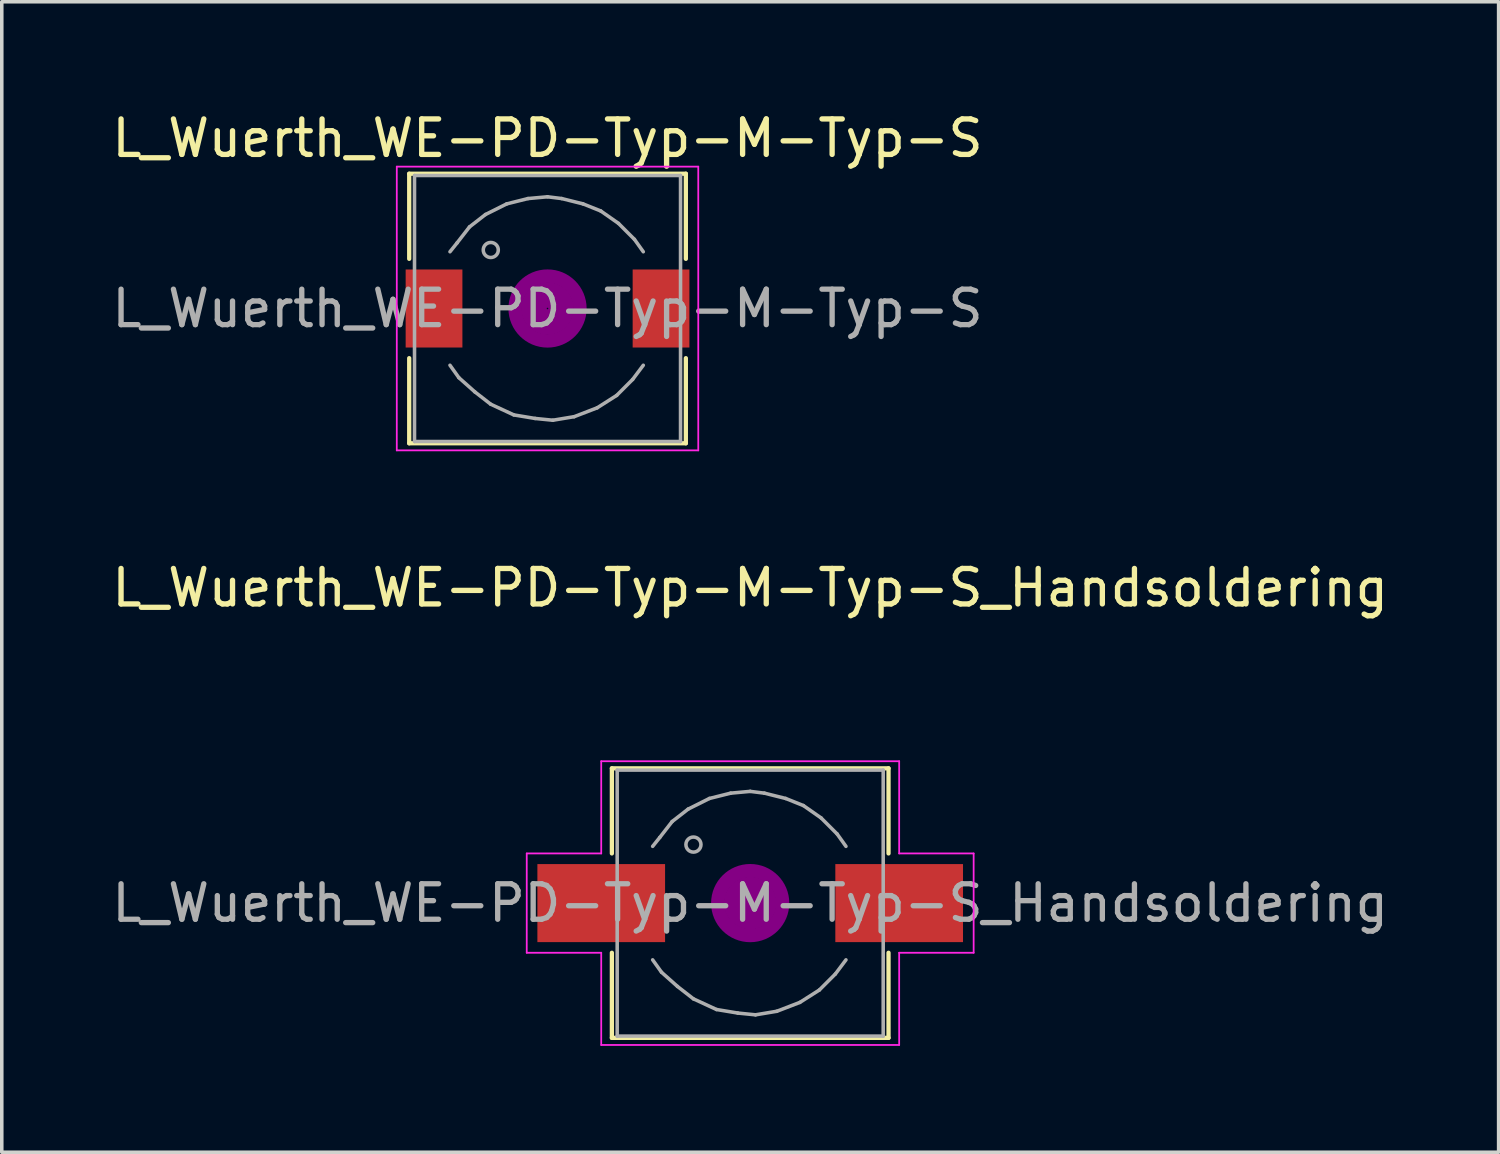
<source format=kicad_pcb>
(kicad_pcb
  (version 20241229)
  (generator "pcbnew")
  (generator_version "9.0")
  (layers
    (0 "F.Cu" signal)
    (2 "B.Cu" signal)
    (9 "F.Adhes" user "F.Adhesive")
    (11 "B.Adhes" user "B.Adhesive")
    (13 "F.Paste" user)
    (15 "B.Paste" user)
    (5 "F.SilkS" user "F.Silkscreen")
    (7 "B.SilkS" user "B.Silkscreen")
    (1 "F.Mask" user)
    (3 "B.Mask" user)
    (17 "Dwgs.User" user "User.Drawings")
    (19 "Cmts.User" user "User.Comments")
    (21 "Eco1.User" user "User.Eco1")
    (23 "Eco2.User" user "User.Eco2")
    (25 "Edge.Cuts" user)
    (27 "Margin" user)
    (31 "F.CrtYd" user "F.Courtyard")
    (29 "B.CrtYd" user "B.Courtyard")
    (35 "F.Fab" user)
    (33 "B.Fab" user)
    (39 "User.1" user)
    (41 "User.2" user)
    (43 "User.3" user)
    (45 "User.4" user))
  (footprint "L_Wuerth_WE-PD-Typ-M-Typ-S"
    (layer "F.Cu")
    (at 12.387 5.648)
    (property "Reference" "L_Wuerth_WE-PD-Typ-M-Typ-S" (at 0 -4.8 0) (layer "F.SilkS") (effects (font (size 1 1) (thickness 0.15))))
    (attr smd)
    (fp_line (start -3.9 -1.4) (end -3.9 -3.8) (stroke (width 0.12) (type solid)) (layer "F.SilkS"))
    (fp_line (start -3.9 1.4) (end -3.9 3.8) (stroke (width 0.12) (type solid)) (layer "F.SilkS"))
    (fp_line (start -3.9 3.8) (end 3.9 3.8) (stroke (width 0.12) (type solid)) (layer "F.SilkS"))
    (fp_line (start 3.9 -3.8) (end -3.9 -3.8) (stroke (width 0.12) (type solid)) (layer "F.SilkS"))
    (fp_line (start 3.9 -1.4) (end 3.9 -3.8) (stroke (width 0.12) (type solid)) (layer "F.SilkS"))
    (fp_line (start 3.9 3.8) (end 3.9 1.4) (stroke (width 0.12) (type solid)) (layer "F.SilkS"))
    (fp_circle (center 0 0) (end 0.15 0.15) (stroke (width 0.38) (type solid)) (fill no) (layer "F.Adhes"))
    (fp_circle (center 0 0) (end 0.55 0.05) (stroke (width 0.38) (type solid)) (fill no) (layer "F.Adhes"))
    (fp_circle (center 0 0) (end 0.9 0.15) (stroke (width 0.38) (type solid)) (fill no) (layer "F.Adhes"))
    (fp_line (start -4.25 -4) (end 4.25 -4) (stroke (width 0.05) (type solid)) (layer "F.CrtYd"))
    (fp_line (start -4.25 4) (end -4.25 -4) (stroke (width 0.05) (type solid)) (layer "F.CrtYd"))
    (fp_line (start 4.25 -4) (end 4.25 4) (stroke (width 0.05) (type solid)) (layer "F.CrtYd"))
    (fp_line (start 4.25 4) (end -4.25 4) (stroke (width 0.05) (type solid)) (layer "F.CrtYd"))
    (fp_line (start -3.75 -3.75) (end -3.75 3.75) (stroke (width 0.1) (type solid)) (layer "F.Fab"))
    (fp_line (start -3.75 3.75) (end 3.75 3.75) (stroke (width 0.1) (type solid)) (layer "F.Fab"))
    (fp_line (start -2.75 1.6) (end -2.5 1.95) (stroke (width 0.1) (type solid)) (layer "F.Fab"))
    (fp_line (start -2.55 -1.85) (end -2.75 -1.6) (stroke (width 0.1) (type solid)) (layer "F.Fab"))
    (fp_line (start -2.5 1.95) (end -2.05 2.35) (stroke (width 0.1) (type solid)) (layer "F.Fab"))
    (fp_line (start -2.2 -2.3) (end -2.55 -1.85) (stroke (width 0.1) (type solid)) (layer "F.Fab"))
    (fp_line (start -2.05 2.35) (end -1.6 2.7) (stroke (width 0.1) (type solid)) (layer "F.Fab"))
    (fp_line (start -1.75 -2.65) (end -2.2 -2.3) (stroke (width 0.1) (type solid)) (layer "F.Fab"))
    (fp_line (start -1.6 2.7) (end -0.95 3) (stroke (width 0.1) (type solid)) (layer "F.Fab"))
    (fp_line (start -1.15 -2.95) (end -1.75 -2.65) (stroke (width 0.1) (type solid)) (layer "F.Fab"))
    (fp_line (start -0.95 3) (end -0.35 3.1) (stroke (width 0.1) (type solid)) (layer "F.Fab"))
    (fp_line (start -0.55 -3.1) (end -1.15 -2.95) (stroke (width 0.1) (type solid)) (layer "F.Fab"))
    (fp_line (start -0.35 3.1) (end 0.15 3.15) (stroke (width 0.1) (type solid)) (layer "F.Fab"))
    (fp_line (start 0 -3.15) (end -0.55 -3.1) (stroke (width 0.1) (type solid)) (layer "F.Fab"))
    (fp_line (start 0.15 3.15) (end 0.75 3.05) (stroke (width 0.1) (type solid)) (layer "F.Fab"))
    (fp_line (start 0.4 -3.1) (end 0 -3.15) (stroke (width 0.1) (type solid)) (layer "F.Fab"))
    (fp_line (start 0.75 3.05) (end 1.4 2.8) (stroke (width 0.1) (type solid)) (layer "F.Fab"))
    (fp_line (start 1 -2.95) (end 0.4 -3.1) (stroke (width 0.1) (type solid)) (layer "F.Fab"))
    (fp_line (start 1.4 2.8) (end 1.95 2.45) (stroke (width 0.1) (type solid)) (layer "F.Fab"))
    (fp_line (start 1.5 -2.75) (end 1 -2.95) (stroke (width 0.1) (type solid)) (layer "F.Fab"))
    (fp_line (start 1.95 2.45) (end 2.4 2) (stroke (width 0.1) (type solid)) (layer "F.Fab"))
    (fp_line (start 2 -2.4) (end 1.5 -2.75) (stroke (width 0.1) (type solid)) (layer "F.Fab"))
    (fp_line (start 2.4 2) (end 2.7 1.6) (stroke (width 0.1) (type solid)) (layer "F.Fab"))
    (fp_line (start 2.45 -1.95) (end 2 -2.4) (stroke (width 0.1) (type solid)) (layer "F.Fab"))
    (fp_line (start 2.7 -1.6) (end 2.45 -1.95) (stroke (width 0.1) (type solid)) (layer "F.Fab"))
    (fp_line (start 3.75 -3.75) (end -3.75 -3.75) (stroke (width 0.1) (type solid)) (layer "F.Fab"))
    (fp_line (start 3.75 3.75) (end 3.75 -3.75) (stroke (width 0.1) (type solid)) (layer "F.Fab"))
    (fp_circle (center -1.6 -1.65) (end -1.45 -1.5) (stroke (width 0.1) (type solid)) (fill no) (layer "F.Fab"))
    (fp_text user "${REFERENCE}" (at 0 0 0) (layer "F.Fab") (effects (font (size 1 1) (thickness 0.15))))
    (pad "1" smd rect (at -3.2 0) (size 1.6 2.2) (layers "F.Cu" "F.Mask" "F.Paste"))
    (pad "2" smd rect (at 3.2 0) (size 1.6 2.2) (layers "F.Cu" "F.Mask" "F.Paste")))
  (footprint "L_Wuerth_WE-PD-Typ-M-Typ-S_Handsoldering"
    (layer "F.Cu")
    (at 18.101 22.412)
    (property "Reference" "L_Wuerth_WE-PD-Typ-M-Typ-S_Handsoldering" (at 0 -8.89 0) (layer "F.SilkS") (effects (font (size 1 1) (thickness 0.15))))
    (attr smd)
    (fp_line (start -3.9 -1.4) (end -3.9 -3.8) (stroke (width 0.12) (type solid)) (layer "F.SilkS"))
    (fp_line (start -3.9 1.4) (end -3.9 3.8) (stroke (width 0.12) (type solid)) (layer "F.SilkS"))
    (fp_line (start -3.9 3.8) (end 3.9 3.8) (stroke (width 0.12) (type solid)) (layer "F.SilkS"))
    (fp_line (start 3.9 -3.8) (end -3.9 -3.8) (stroke (width 0.12) (type solid)) (layer "F.SilkS"))
    (fp_line (start 3.9 -1.4) (end 3.9 -3.8) (stroke (width 0.12) (type solid)) (layer "F.SilkS"))
    (fp_line (start 3.9 3.8) (end 3.9 1.4) (stroke (width 0.12) (type solid)) (layer "F.SilkS"))
    (fp_circle (center 0 0) (end 0.15 0.15) (stroke (width 0.38) (type solid)) (fill no) (layer "F.Adhes"))
    (fp_circle (center 0 0) (end 0.55 0.05) (stroke (width 0.38) (type solid)) (fill no) (layer "F.Adhes"))
    (fp_circle (center 0 0) (end 0.9 0.15) (stroke (width 0.38) (type solid)) (fill no) (layer "F.Adhes"))
    (fp_line (start -6.3 -1.4) (end -6.3 1.4) (stroke (width 0.05) (type solid)) (layer "F.CrtYd"))
    (fp_line (start -6.3 1.4) (end -4.2 1.4) (stroke (width 0.05) (type solid)) (layer "F.CrtYd"))
    (fp_line (start -4.2 -4) (end -4.2 -1.4) (stroke (width 0.05) (type solid)) (layer "F.CrtYd"))
    (fp_line (start -4.2 -1.4) (end -6.3 -1.4) (stroke (width 0.05) (type solid)) (layer "F.CrtYd"))
    (fp_line (start -4.2 1.4) (end -4.2 4) (stroke (width 0.05) (type solid)) (layer "F.CrtYd"))
    (fp_line (start -4.2 4) (end 4.2 4) (stroke (width 0.05) (type solid)) (layer "F.CrtYd"))
    (fp_line (start 4.2 -4) (end -4.2 -4) (stroke (width 0.05) (type solid)) (layer "F.CrtYd"))
    (fp_line (start 4.2 -1.4) (end 4.2 -4) (stroke (width 0.05) (type solid)) (layer "F.CrtYd"))
    (fp_line (start 4.2 1.4) (end 6.3 1.4) (stroke (width 0.05) (type solid)) (layer "F.CrtYd"))
    (fp_line (start 4.2 4) (end 4.2 1.4) (stroke (width 0.05) (type solid)) (layer "F.CrtYd"))
    (fp_line (start 6.3 -1.4) (end 4.2 -1.4) (stroke (width 0.05) (type solid)) (layer "F.CrtYd"))
    (fp_line (start 6.3 1.4) (end 6.3 -1.4) (stroke (width 0.05) (type solid)) (layer "F.CrtYd"))
    (fp_line (start -3.75 -3.75) (end -3.75 3.75) (stroke (width 0.1) (type solid)) (layer "F.Fab"))
    (fp_line (start -3.75 3.75) (end 3.75 3.75) (stroke (width 0.1) (type solid)) (layer "F.Fab"))
    (fp_line (start -2.75 1.6) (end -2.5 1.95) (stroke (width 0.1) (type solid)) (layer "F.Fab"))
    (fp_line (start -2.55 -1.85) (end -2.75 -1.6) (stroke (width 0.1) (type solid)) (layer "F.Fab"))
    (fp_line (start -2.5 1.95) (end -2.05 2.35) (stroke (width 0.1) (type solid)) (layer "F.Fab"))
    (fp_line (start -2.2 -2.3) (end -2.55 -1.85) (stroke (width 0.1) (type solid)) (layer "F.Fab"))
    (fp_line (start -2.05 2.35) (end -1.6 2.7) (stroke (width 0.1) (type solid)) (layer "F.Fab"))
    (fp_line (start -1.75 -2.65) (end -2.2 -2.3) (stroke (width 0.1) (type solid)) (layer "F.Fab"))
    (fp_line (start -1.6 2.7) (end -0.95 3) (stroke (width 0.1) (type solid)) (layer "F.Fab"))
    (fp_line (start -1.15 -2.95) (end -1.75 -2.65) (stroke (width 0.1) (type solid)) (layer "F.Fab"))
    (fp_line (start -0.95 3) (end -0.35 3.1) (stroke (width 0.1) (type solid)) (layer "F.Fab"))
    (fp_line (start -0.55 -3.1) (end -1.15 -2.95) (stroke (width 0.1) (type solid)) (layer "F.Fab"))
    (fp_line (start -0.35 3.1) (end 0.15 3.15) (stroke (width 0.1) (type solid)) (layer "F.Fab"))
    (fp_line (start 0 -3.15) (end -0.55 -3.1) (stroke (width 0.1) (type solid)) (layer "F.Fab"))
    (fp_line (start 0.15 3.15) (end 0.75 3.05) (stroke (width 0.1) (type solid)) (layer "F.Fab"))
    (fp_line (start 0.4 -3.1) (end 0 -3.15) (stroke (width 0.1) (type solid)) (layer "F.Fab"))
    (fp_line (start 0.75 3.05) (end 1.4 2.8) (stroke (width 0.1) (type solid)) (layer "F.Fab"))
    (fp_line (start 1 -2.95) (end 0.4 -3.1) (stroke (width 0.1) (type solid)) (layer "F.Fab"))
    (fp_line (start 1.4 2.8) (end 1.95 2.45) (stroke (width 0.1) (type solid)) (layer "F.Fab"))
    (fp_line (start 1.5 -2.75) (end 1 -2.95) (stroke (width 0.1) (type solid)) (layer "F.Fab"))
    (fp_line (start 1.95 2.45) (end 2.4 2) (stroke (width 0.1) (type solid)) (layer "F.Fab"))
    (fp_line (start 2 -2.4) (end 1.5 -2.75) (stroke (width 0.1) (type solid)) (layer "F.Fab"))
    (fp_line (start 2.4 2) (end 2.7 1.6) (stroke (width 0.1) (type solid)) (layer "F.Fab"))
    (fp_line (start 2.45 -1.95) (end 2 -2.4) (stroke (width 0.1) (type solid)) (layer "F.Fab"))
    (fp_line (start 2.7 -1.6) (end 2.45 -1.95) (stroke (width 0.1) (type solid)) (layer "F.Fab"))
    (fp_line (start 3.75 -3.75) (end -3.75 -3.75) (stroke (width 0.1) (type solid)) (layer "F.Fab"))
    (fp_line (start 3.75 3.75) (end 3.75 -3.75) (stroke (width 0.1) (type solid)) (layer "F.Fab"))
    (fp_circle (center -1.6 -1.65) (end -1.45 -1.5) (stroke (width 0.1) (type solid)) (fill no) (layer "F.Fab"))
    (fp_text user "${REFERENCE}" (at 0 0 0) (layer "F.Fab") (effects (font (size 1 1) (thickness 0.15))))
    (pad "1" smd rect (at -4.2 0) (size 3.6 2.2) (layers "F.Cu" "F.Mask" "F.Paste"))
    (pad "2" smd rect (at 4.2 0) (size 3.6 2.2) (layers "F.Cu" "F.Mask" "F.Paste")))
  (gr_rect
    (start -3 -3)
    (end 39.202 29.436)
    (stroke (width 0.1) (type default))
    (fill no)
    (layer "Edge.Cuts")))
</source>
